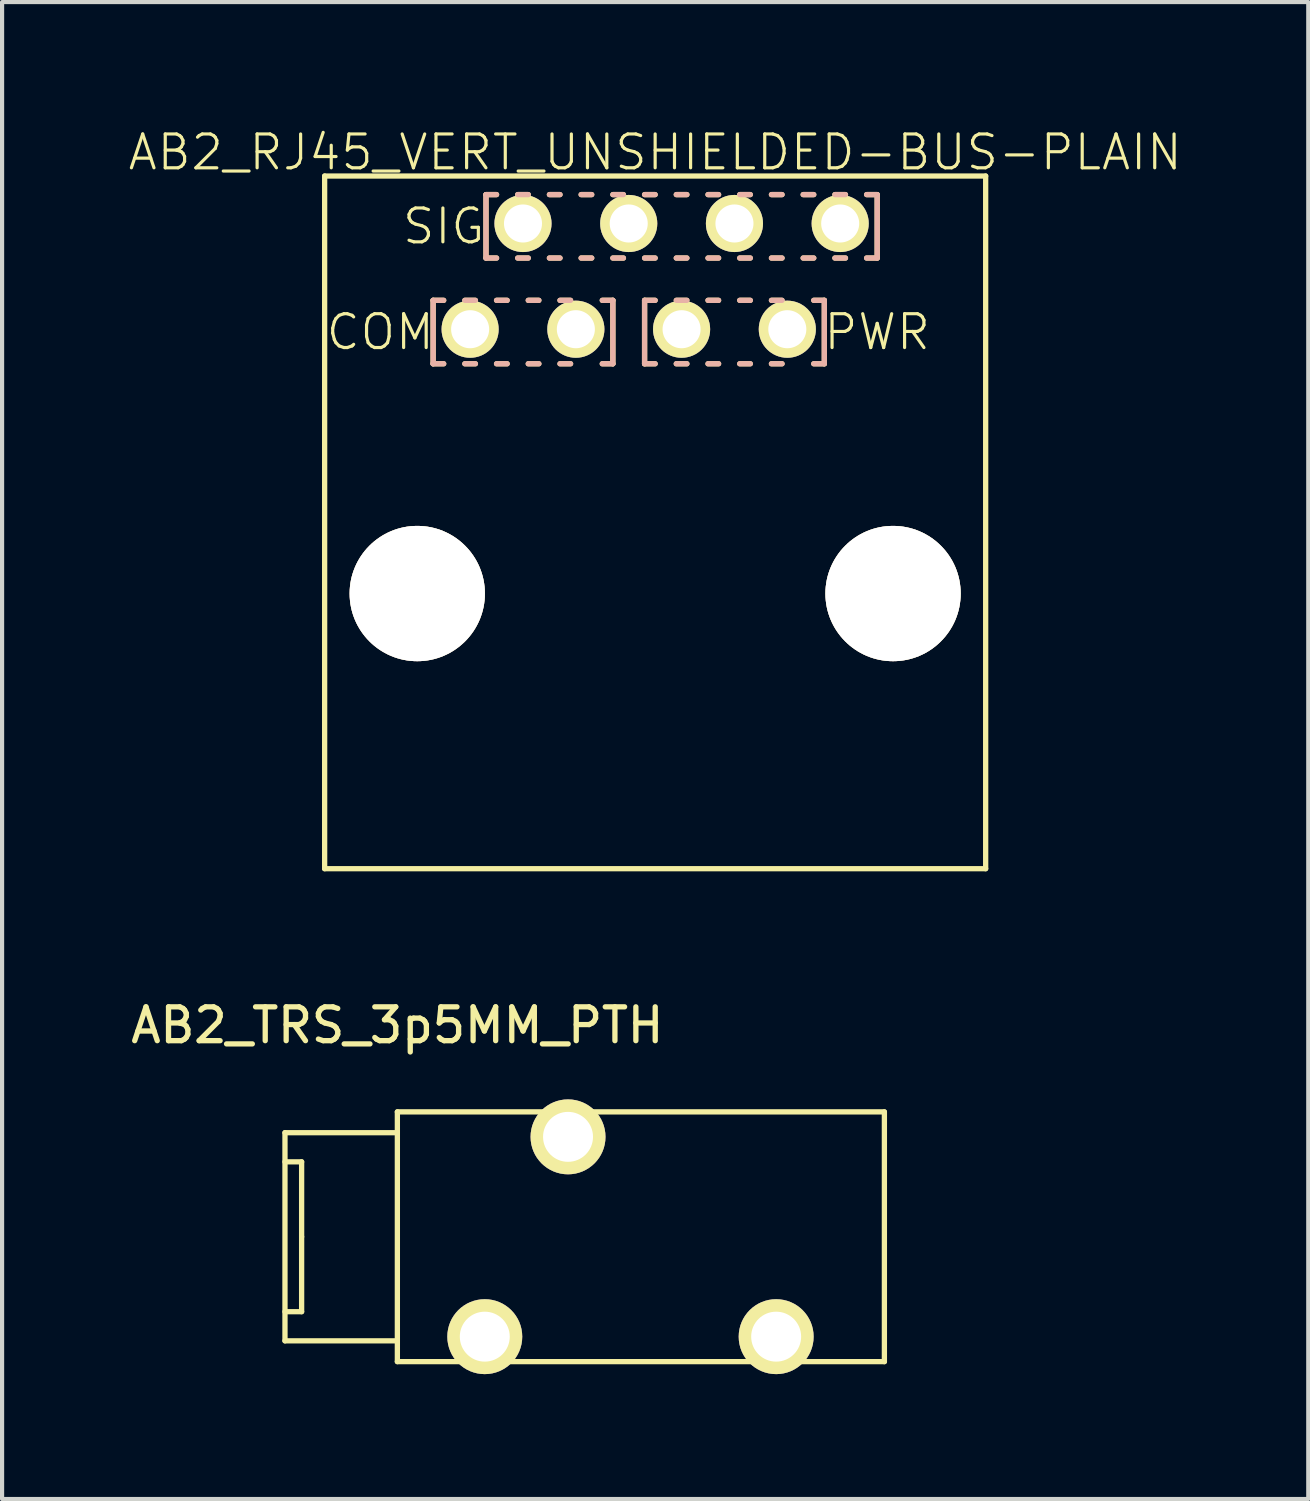
<source format=kicad_pcb>
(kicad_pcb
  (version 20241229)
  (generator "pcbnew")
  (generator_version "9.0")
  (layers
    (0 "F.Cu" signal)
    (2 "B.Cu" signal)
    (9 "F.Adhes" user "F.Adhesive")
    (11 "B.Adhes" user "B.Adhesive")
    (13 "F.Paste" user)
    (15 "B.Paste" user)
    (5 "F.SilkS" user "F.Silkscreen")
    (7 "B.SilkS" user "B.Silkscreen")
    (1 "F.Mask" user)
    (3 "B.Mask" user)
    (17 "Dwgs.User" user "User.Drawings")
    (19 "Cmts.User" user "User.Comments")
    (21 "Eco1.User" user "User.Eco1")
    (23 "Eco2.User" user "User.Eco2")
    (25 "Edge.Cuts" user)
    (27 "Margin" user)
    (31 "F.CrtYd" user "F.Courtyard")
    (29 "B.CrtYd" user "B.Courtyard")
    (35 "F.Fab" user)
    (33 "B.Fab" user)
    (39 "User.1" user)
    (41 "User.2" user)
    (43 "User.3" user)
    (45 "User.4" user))
  (footprint "AB2_TRS_3p5MM_PTH"
    (layer "F.Cu")
    (at 6.496 26.661)
    (property "Reference" "AB2_TRS_3p5MM_PTH" (at 0 -5.08 0) (layer "F.SilkS") (effects (font (size 0.813 0.813) (thickness 0.127))))
    (attr through_hole)
    (fp_line (start -2.7 -2.5) (end -2.7 2.5) (stroke (width 0.127) (type solid)) (layer "F.SilkS"))
    (fp_line (start -2.7 2.5) (end 0 2.5) (stroke (width 0.127) (type solid)) (layer "F.SilkS"))
    (fp_line (start -2.3 -1.8) (end -2.7 -1.8) (stroke (width 0.127) (type solid)) (layer "F.SilkS"))
    (fp_line (start -2.3 0) (end -2.3 -1.8) (stroke (width 0.127) (type solid)) (layer "F.SilkS"))
    (fp_line (start -2.3 0) (end -2.3 1.8) (stroke (width 0.127) (type solid)) (layer "F.SilkS"))
    (fp_line (start -2.3 1.8) (end -2.7 1.8) (stroke (width 0.127) (type solid)) (layer "F.SilkS"))
    (fp_line (start 0 -3) (end 11.7 -3) (stroke (width 0.127) (type solid)) (layer "F.SilkS"))
    (fp_line (start 0 -2.5) (end -2.7 -2.5) (stroke (width 0.127) (type solid)) (layer "F.SilkS"))
    (fp_line (start 0 -2.5) (end 0 -3) (stroke (width 0.127) (type solid)) (layer "F.SilkS"))
    (fp_line (start 0 2.5) (end 0 -2.5) (stroke (width 0.127) (type solid)) (layer "F.SilkS"))
    (fp_line (start 0 3) (end 0 2.5) (stroke (width 0.127) (type solid)) (layer "F.SilkS"))
    (fp_line (start 11.7 -3) (end 11.7 3) (stroke (width 0.127) (type solid)) (layer "F.SilkS"))
    (fp_line (start 11.7 3) (end 0 3) (stroke (width 0.127) (type solid)) (layer "F.SilkS"))
    (pad "1" thru_hole circle (at 2.1 2.4) (size 1.8 1.8) (drill 1.2) (layers "*.Cu" "*.Mask" "F.SilkS"))
    (pad "2" thru_hole circle (at 4.1 -2.4) (size 1.8 1.8) (drill 1.2) (layers "*.Cu" "*.Mask" "F.SilkS"))
    (pad "3" thru_hole circle (at 9.1 2.4) (size 1.8 1.8) (drill 1.2) (layers "*.Cu" "*.Mask" "F.SilkS")))
  (footprint "AB2_RJ45_VERT_UNSHIELDED-BUS-PLAIN"
    (layer "F.Cu")
    (at 12.689 9.499)
    (property "Reference" "AB2_RJ45_VERT_UNSHIELDED-BUS-PLAIN" (at 0 -8.89 0) (layer "F.SilkS") (effects (font (size 0.813 0.813) (thickness 0.076))))
    (attr through_hole)
    (fp_line (start -7.94 -8.32) (end 7.94 -8.32) (stroke (width 0.127) (type solid)) (layer "F.SilkS"))
    (fp_line (start -7.94 8.32) (end -7.94 -8.32) (stroke (width 0.127) (type solid)) (layer "F.SilkS"))
    (fp_line (start -5.334 -5.334) (end -5.334 -3.81) (stroke (width 0.127) (type solid)) (layer "F.SilkS"))
    (fp_line (start -5.334 -3.81) (end -5.08 -3.81) (stroke (width 0.127) (type solid)) (layer "F.SilkS"))
    (fp_line (start -5.08 -5.334) (end -5.334 -5.334) (stroke (width 0.127) (type solid)) (layer "F.SilkS"))
    (fp_line (start -4.572 -5.334) (end -4.318 -5.334) (stroke (width 0.127) (type solid)) (layer "F.SilkS"))
    (fp_line (start -4.572 -3.81) (end -4.318 -3.81) (stroke (width 0.127) (type solid)) (layer "F.SilkS"))
    (fp_line (start -4.064 -7.874) (end -4.064 -6.35) (stroke (width 0.127) (type solid)) (layer "F.SilkS"))
    (fp_line (start -4.064 -6.35) (end -3.81 -6.35) (stroke (width 0.127) (type solid)) (layer "F.SilkS"))
    (fp_line (start -3.81 -7.874) (end -4.064 -7.874) (stroke (width 0.127) (type solid)) (layer "F.SilkS"))
    (fp_line (start -3.81 -5.334) (end -3.556 -5.334) (stroke (width 0.127) (type solid)) (layer "F.SilkS"))
    (fp_line (start -3.81 -3.81) (end -3.556 -3.81) (stroke (width 0.127) (type solid)) (layer "F.SilkS"))
    (fp_line (start -3.302 -7.874) (end -3.048 -7.874) (stroke (width 0.127) (type solid)) (layer "F.SilkS"))
    (fp_line (start -3.048 -6.35) (end -3.302 -6.35) (stroke (width 0.127) (type solid)) (layer "F.SilkS"))
    (fp_line (start -3.048 -5.334) (end -2.794 -5.334) (stroke (width 0.127) (type solid)) (layer "F.SilkS"))
    (fp_line (start -3.048 -3.81) (end -2.794 -3.81) (stroke (width 0.127) (type solid)) (layer "F.SilkS"))
    (fp_line (start -2.54 -7.874) (end -2.286 -7.874) (stroke (width 0.127) (type solid)) (layer "F.SilkS"))
    (fp_line (start -2.286 -6.35) (end -2.54 -6.35) (stroke (width 0.127) (type solid)) (layer "F.SilkS"))
    (fp_line (start -2.286 -5.334) (end -2.032 -5.334) (stroke (width 0.127) (type solid)) (layer "F.SilkS"))
    (fp_line (start -2.286 -3.81) (end -2.032 -3.81) (stroke (width 0.127) (type solid)) (layer "F.SilkS"))
    (fp_line (start -1.778 -7.874) (end -1.524 -7.874) (stroke (width 0.127) (type solid)) (layer "F.SilkS"))
    (fp_line (start -1.524 -6.35) (end -1.778 -6.35) (stroke (width 0.127) (type solid)) (layer "F.SilkS"))
    (fp_line (start -1.27 -5.334) (end -1.016 -5.334) (stroke (width 0.127) (type solid)) (layer "F.SilkS"))
    (fp_line (start -1.016 -7.874) (end -0.762 -7.874) (stroke (width 0.127) (type solid)) (layer "F.SilkS"))
    (fp_line (start -1.016 -5.334) (end -1.016 -3.81) (stroke (width 0.127) (type solid)) (layer "F.SilkS"))
    (fp_line (start -1.016 -3.81) (end -1.27 -3.81) (stroke (width 0.127) (type solid)) (layer "F.SilkS"))
    (fp_line (start -0.762 -6.35) (end -1.016 -6.35) (stroke (width 0.127) (type solid)) (layer "F.SilkS"))
    (fp_line (start -0.254 -7.874) (end 0 -7.874) (stroke (width 0.127) (type solid)) (layer "F.SilkS"))
    (fp_line (start -0.254 -5.334) (end -0.254 -3.81) (stroke (width 0.127) (type solid)) (layer "F.SilkS"))
    (fp_line (start -0.254 -3.81) (end 0 -3.81) (stroke (width 0.127) (type solid)) (layer "F.SilkS"))
    (fp_line (start 0 -6.35) (end -0.254 -6.35) (stroke (width 0.127) (type solid)) (layer "F.SilkS"))
    (fp_line (start 0 -5.334) (end -0.254 -5.334) (stroke (width 0.127) (type solid)) (layer "F.SilkS"))
    (fp_line (start 0.508 -7.874) (end 0.762 -7.874) (stroke (width 0.127) (type solid)) (layer "F.SilkS"))
    (fp_line (start 0.508 -5.334) (end 0.762 -5.334) (stroke (width 0.127) (type solid)) (layer "F.SilkS"))
    (fp_line (start 0.508 -3.81) (end 0.762 -3.81) (stroke (width 0.127) (type solid)) (layer "F.SilkS"))
    (fp_line (start 0.762 -6.35) (end 0.508 -6.35) (stroke (width 0.127) (type solid)) (layer "F.SilkS"))
    (fp_line (start 1.27 -7.874) (end 1.524 -7.874) (stroke (width 0.127) (type solid)) (layer "F.SilkS"))
    (fp_line (start 1.27 -5.334) (end 1.524 -5.334) (stroke (width 0.127) (type solid)) (layer "F.SilkS"))
    (fp_line (start 1.27 -3.81) (end 1.524 -3.81) (stroke (width 0.127) (type solid)) (layer "F.SilkS"))
    (fp_line (start 1.524 -6.35) (end 1.27 -6.35) (stroke (width 0.127) (type solid)) (layer "F.SilkS"))
    (fp_line (start 2.032 -7.874) (end 2.286 -7.874) (stroke (width 0.127) (type solid)) (layer "F.SilkS"))
    (fp_line (start 2.032 -5.334) (end 2.286 -5.334) (stroke (width 0.127) (type solid)) (layer "F.SilkS"))
    (fp_line (start 2.032 -3.81) (end 2.286 -3.81) (stroke (width 0.127) (type solid)) (layer "F.SilkS"))
    (fp_line (start 2.286 -6.35) (end 2.032 -6.35) (stroke (width 0.127) (type solid)) (layer "F.SilkS"))
    (fp_line (start 2.794 -7.874) (end 3.048 -7.874) (stroke (width 0.127) (type solid)) (layer "F.SilkS"))
    (fp_line (start 2.794 -5.334) (end 3.048 -5.334) (stroke (width 0.127) (type solid)) (layer "F.SilkS"))
    (fp_line (start 2.794 -3.81) (end 3.048 -3.81) (stroke (width 0.127) (type solid)) (layer "F.SilkS"))
    (fp_line (start 3.048 -6.35) (end 2.794 -6.35) (stroke (width 0.127) (type solid)) (layer "F.SilkS"))
    (fp_line (start 3.556 -7.874) (end 3.81 -7.874) (stroke (width 0.127) (type solid)) (layer "F.SilkS"))
    (fp_line (start 3.81 -6.35) (end 3.556 -6.35) (stroke (width 0.127) (type solid)) (layer "F.SilkS"))
    (fp_line (start 3.81 -5.334) (end 4.064 -5.334) (stroke (width 0.127) (type solid)) (layer "F.SilkS"))
    (fp_line (start 4.064 -5.334) (end 4.064 -3.81) (stroke (width 0.127) (type solid)) (layer "F.SilkS"))
    (fp_line (start 4.064 -3.81) (end 3.81 -3.81) (stroke (width 0.127) (type solid)) (layer "F.SilkS"))
    (fp_line (start 4.318 -7.874) (end 4.572 -7.874) (stroke (width 0.127) (type solid)) (layer "F.SilkS"))
    (fp_line (start 4.572 -6.35) (end 4.318 -6.35) (stroke (width 0.127) (type solid)) (layer "F.SilkS"))
    (fp_line (start 5.08 -7.874) (end 5.334 -7.874) (stroke (width 0.127) (type solid)) (layer "F.SilkS"))
    (fp_line (start 5.334 -7.874) (end 5.334 -6.35) (stroke (width 0.127) (type solid)) (layer "F.SilkS"))
    (fp_line (start 5.334 -6.35) (end 5.08 -6.35) (stroke (width 0.127) (type solid)) (layer "F.SilkS"))
    (fp_line (start 7.94 -8.32) (end 7.94 8.32) (stroke (width 0.127) (type solid)) (layer "F.SilkS"))
    (fp_line (start 7.94 8.32) (end -7.94 8.32) (stroke (width 0.127) (type solid)) (layer "F.SilkS"))
    (fp_line (start -5.334 -5.334) (end -5.334 -3.81) (stroke (width 0.127) (type solid)) (layer "B.SilkS"))
    (fp_line (start -5.334 -3.81) (end -5.08 -3.81) (stroke (width 0.127) (type solid)) (layer "B.SilkS"))
    (fp_line (start -5.08 -5.334) (end -5.334 -5.334) (stroke (width 0.127) (type solid)) (layer "B.SilkS"))
    (fp_line (start -4.318 -5.334) (end -4.572 -5.334) (stroke (width 0.127) (type solid)) (layer "B.SilkS"))
    (fp_line (start -4.318 -3.81) (end -4.572 -3.81) (stroke (width 0.127) (type solid)) (layer "B.SilkS"))
    (fp_line (start -4.064 -7.874) (end -4.064 -6.35) (stroke (width 0.127) (type solid)) (layer "B.SilkS"))
    (fp_line (start -4.064 -6.35) (end -3.81 -6.35) (stroke (width 0.127) (type solid)) (layer "B.SilkS"))
    (fp_line (start -3.81 -7.874) (end -4.064 -7.874) (stroke (width 0.127) (type solid)) (layer "B.SilkS"))
    (fp_line (start -3.556 -5.334) (end -3.81 -5.334) (stroke (width 0.127) (type solid)) (layer "B.SilkS"))
    (fp_line (start -3.556 -3.81) (end -3.81 -3.81) (stroke (width 0.127) (type solid)) (layer "B.SilkS"))
    (fp_line (start -3.048 -7.874) (end -3.302 -7.874) (stroke (width 0.127) (type solid)) (layer "B.SilkS"))
    (fp_line (start -3.048 -6.35) (end -3.302 -6.35) (stroke (width 0.127) (type solid)) (layer "B.SilkS"))
    (fp_line (start -2.794 -5.334) (end -3.048 -5.334) (stroke (width 0.127) (type solid)) (layer "B.SilkS"))
    (fp_line (start -2.794 -3.81) (end -3.048 -3.81) (stroke (width 0.127) (type solid)) (layer "B.SilkS"))
    (fp_line (start -2.286 -7.874) (end -2.54 -7.874) (stroke (width 0.127) (type solid)) (layer "B.SilkS"))
    (fp_line (start -2.286 -6.35) (end -2.54 -6.35) (stroke (width 0.127) (type solid)) (layer "B.SilkS"))
    (fp_line (start -2.032 -5.334) (end -2.286 -5.334) (stroke (width 0.127) (type solid)) (layer "B.SilkS"))
    (fp_line (start -2.032 -3.81) (end -2.286 -3.81) (stroke (width 0.127) (type solid)) (layer "B.SilkS"))
    (fp_line (start -1.524 -7.874) (end -1.778 -7.874) (stroke (width 0.127) (type solid)) (layer "B.SilkS"))
    (fp_line (start -1.524 -6.35) (end -1.778 -6.35) (stroke (width 0.127) (type solid)) (layer "B.SilkS"))
    (fp_line (start -1.27 -5.334) (end -1.016 -5.334) (stroke (width 0.127) (type solid)) (layer "B.SilkS"))
    (fp_line (start -1.016 -5.334) (end -1.016 -3.81) (stroke (width 0.127) (type solid)) (layer "B.SilkS"))
    (fp_line (start -1.016 -3.81) (end -1.27 -3.81) (stroke (width 0.127) (type solid)) (layer "B.SilkS"))
    (fp_line (start -0.762 -7.874) (end -1.016 -7.874) (stroke (width 0.127) (type solid)) (layer "B.SilkS"))
    (fp_line (start -0.762 -6.35) (end -1.016 -6.35) (stroke (width 0.127) (type solid)) (layer "B.SilkS"))
    (fp_line (start -0.254 -5.334) (end -0.254 -3.81) (stroke (width 0.127) (type solid)) (layer "B.SilkS"))
    (fp_line (start -0.254 -3.81) (end 0 -3.81) (stroke (width 0.127) (type solid)) (layer "B.SilkS"))
    (fp_line (start 0 -7.874) (end -0.254 -7.874) (stroke (width 0.127) (type solid)) (layer "B.SilkS"))
    (fp_line (start 0 -6.35) (end -0.254 -6.35) (stroke (width 0.127) (type solid)) (layer "B.SilkS"))
    (fp_line (start 0 -5.334) (end -0.254 -5.334) (stroke (width 0.127) (type solid)) (layer "B.SilkS"))
    (fp_line (start 0.762 -7.874) (end 0.508 -7.874) (stroke (width 0.127) (type solid)) (layer "B.SilkS"))
    (fp_line (start 0.762 -6.35) (end 0.508 -6.35) (stroke (width 0.127) (type solid)) (layer "B.SilkS"))
    (fp_line (start 0.762 -5.334) (end 0.508 -5.334) (stroke (width 0.127) (type solid)) (layer "B.SilkS"))
    (fp_line (start 0.762 -3.81) (end 0.508 -3.81) (stroke (width 0.127) (type solid)) (layer "B.SilkS"))
    (fp_line (start 1.524 -7.874) (end 1.27 -7.874) (stroke (width 0.127) (type solid)) (layer "B.SilkS"))
    (fp_line (start 1.524 -6.35) (end 1.27 -6.35) (stroke (width 0.127) (type solid)) (layer "B.SilkS"))
    (fp_line (start 1.524 -5.334) (end 1.27 -5.334) (stroke (width 0.127) (type solid)) (layer "B.SilkS"))
    (fp_line (start 1.524 -3.81) (end 1.27 -3.81) (stroke (width 0.127) (type solid)) (layer "B.SilkS"))
    (fp_line (start 2.286 -7.874) (end 2.032 -7.874) (stroke (width 0.127) (type solid)) (layer "B.SilkS"))
    (fp_line (start 2.286 -6.35) (end 2.032 -6.35) (stroke (width 0.127) (type solid)) (layer "B.SilkS"))
    (fp_line (start 2.286 -5.334) (end 2.032 -5.334) (stroke (width 0.127) (type solid)) (layer "B.SilkS"))
    (fp_line (start 2.286 -3.81) (end 2.032 -3.81) (stroke (width 0.127) (type solid)) (layer "B.SilkS"))
    (fp_line (start 3.048 -7.874) (end 2.794 -7.874) (stroke (width 0.127) (type solid)) (layer "B.SilkS"))
    (fp_line (start 3.048 -6.35) (end 2.794 -6.35) (stroke (width 0.127) (type solid)) (layer "B.SilkS"))
    (fp_line (start 3.048 -5.334) (end 2.794 -5.334) (stroke (width 0.127) (type solid)) (layer "B.SilkS"))
    (fp_line (start 3.048 -3.81) (end 2.794 -3.81) (stroke (width 0.127) (type solid)) (layer "B.SilkS"))
    (fp_line (start 3.81 -7.874) (end 3.556 -7.874) (stroke (width 0.127) (type solid)) (layer "B.SilkS"))
    (fp_line (start 3.81 -6.35) (end 3.556 -6.35) (stroke (width 0.127) (type solid)) (layer "B.SilkS"))
    (fp_line (start 3.81 -5.334) (end 4.064 -5.334) (stroke (width 0.127) (type solid)) (layer "B.SilkS"))
    (fp_line (start 4.064 -5.334) (end 4.064 -3.81) (stroke (width 0.127) (type solid)) (layer "B.SilkS"))
    (fp_line (start 4.064 -3.81) (end 3.81 -3.81) (stroke (width 0.127) (type solid)) (layer "B.SilkS"))
    (fp_line (start 4.572 -7.874) (end 4.318 -7.874) (stroke (width 0.127) (type solid)) (layer "B.SilkS"))
    (fp_line (start 4.572 -6.35) (end 4.318 -6.35) (stroke (width 0.127) (type solid)) (layer "B.SilkS"))
    (fp_line (start 5.08 -7.874) (end 5.334 -7.874) (stroke (width 0.127) (type solid)) (layer "B.SilkS"))
    (fp_line (start 5.334 -7.874) (end 5.334 -6.35) (stroke (width 0.127) (type solid)) (layer "B.SilkS"))
    (fp_line (start 5.334 -6.35) (end 5.08 -6.35) (stroke (width 0.127) (type solid)) (layer "B.SilkS"))
    (fp_text user "PWR" (at 5.334 -4.572 0) (layer "F.SilkS") (effects (font (size 0.813 0.813) (thickness 0.076))))
    (fp_text user "SIG" (at -5.08 -7.112 0) (layer "F.SilkS") (effects (font (size 0.813 0.813) (thickness 0.076))))
    (fp_text user "COM" (at -6.604 -4.572 0) (layer "F.SilkS") (effects (font (size 0.813 0.813) (thickness 0.076))))
    (pad "" thru_hole circle (at -5.715 1.71) (size 3.25 3.25) (drill 3.25) (layers "*.Cu" "*.Mask" "F.SilkS"))
    (pad "" thru_hole circle (at 5.715 1.71) (size 3.25 3.25) (drill 3.25) (layers "*.Cu" "*.Mask" "F.SilkS"))
    (pad "1" thru_hole circle (at -4.445 -4.64) (size 1.372 1.372) (drill 0.914) (layers "*.Cu" "*.Mask" "F.SilkS"))
    (pad "2" thru_hole circle (at -3.175 -7.18) (size 1.372 1.372) (drill 0.914) (layers "*.Cu" "*.Mask" "F.SilkS"))
    (pad "3" thru_hole circle (at -1.905 -4.64) (size 1.372 1.372) (drill 0.914) (layers "*.Cu" "*.Mask" "F.SilkS"))
    (pad "4" thru_hole circle (at -0.635 -7.18) (size 1.372 1.372) (drill 0.914) (layers "*.Cu" "*.Mask" "F.SilkS"))
    (pad "5" thru_hole circle (at 0.635 -4.64) (size 1.372 1.372) (drill 0.914) (layers "*.Cu" "*.Mask" "F.SilkS"))
    (pad "6" thru_hole circle (at 1.905 -7.18) (size 1.372 1.372) (drill 0.914) (layers "*.Cu" "*.Mask" "F.SilkS"))
    (pad "7" thru_hole circle (at 3.175 -4.64) (size 1.372 1.372) (drill 0.914) (layers "*.Cu" "*.Mask" "F.SilkS"))
    (pad "8" thru_hole circle (at 4.445 -7.18) (size 1.372 1.372) (drill 0.914) (layers "*.Cu" "*.Mask" "F.SilkS")))
  (gr_rect
    (start -3 -3)
    (end 28.379 32.961)
    (stroke (width 0.1) (type default))
    (fill no)
    (layer "Edge.Cuts")))
</source>
